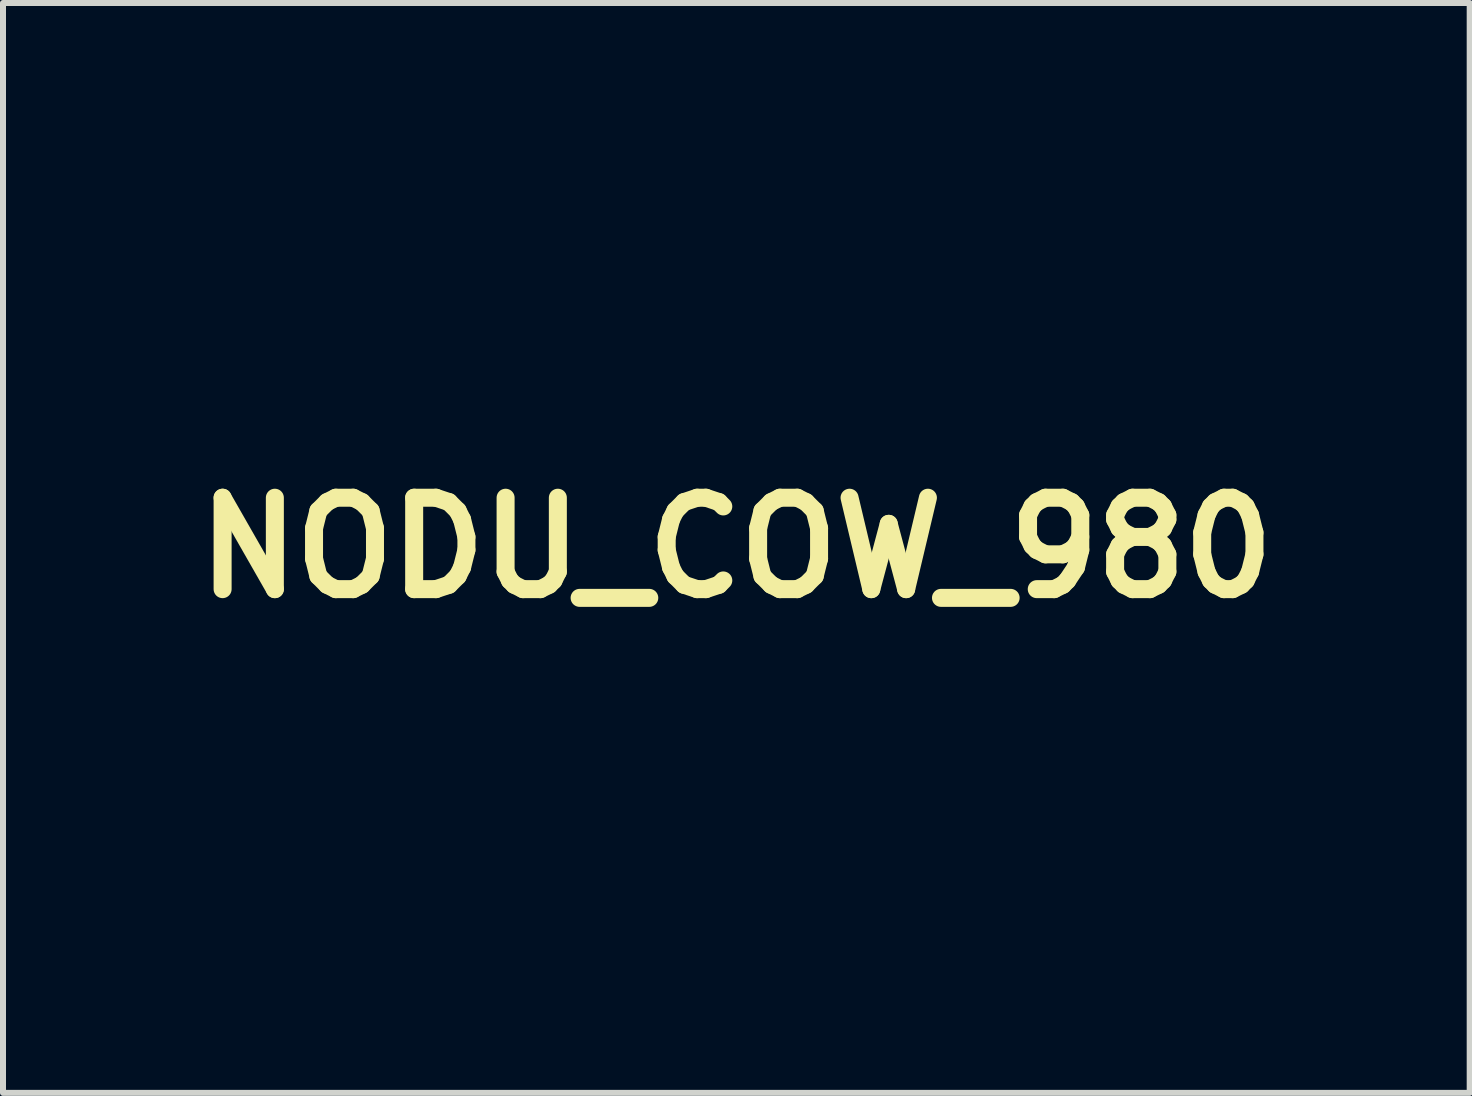
<source format=kicad_pcb>
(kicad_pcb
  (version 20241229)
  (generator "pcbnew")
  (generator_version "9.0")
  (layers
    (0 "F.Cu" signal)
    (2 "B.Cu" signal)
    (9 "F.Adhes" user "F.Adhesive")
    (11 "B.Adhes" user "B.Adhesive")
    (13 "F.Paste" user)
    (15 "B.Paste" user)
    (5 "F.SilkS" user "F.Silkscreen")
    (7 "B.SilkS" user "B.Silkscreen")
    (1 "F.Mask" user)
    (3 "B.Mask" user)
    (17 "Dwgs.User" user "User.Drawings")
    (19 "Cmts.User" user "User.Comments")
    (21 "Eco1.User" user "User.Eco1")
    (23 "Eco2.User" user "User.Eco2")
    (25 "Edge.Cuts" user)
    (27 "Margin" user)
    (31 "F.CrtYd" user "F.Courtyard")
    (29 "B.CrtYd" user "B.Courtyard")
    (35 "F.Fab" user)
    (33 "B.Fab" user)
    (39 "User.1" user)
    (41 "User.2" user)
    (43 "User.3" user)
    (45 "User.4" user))
  (footprint "NODU_COW_980"
    (layer "F.Cu")
    (at 9.224 6.081)
    (property "Reference" "NODU_COW_980" (at 0 0 0) (layer "F.SilkS") (effects (font (size 1.524 1.524) (thickness 0.3))))
    (attr through_hole)
    (fp_poly (pts (xy 0.954 -1.37) (xy 1.029 -1.309) (xy 1.074 -1.219) (xy 1.078 -1.202) (xy 1.071 -1.117) (xy 1.024 -1.039) (xy 0.95 -0.98) (xy 0.861 -0.949) (xy 0.791 -0.952) (xy 0.703 -0.996) (xy 0.645 -1.071) (xy 0.621 -1.162) (xy 0.635 -1.257) (xy 0.686 -1.336) (xy 0.769 -1.388) (xy 0.863 -1.398) (xy 0.954 -1.37)) (stroke (width 0.01) (type solid)) (fill yes) (layer "F.Mask"))
    (fp_poly (pts (xy 1.035 -2.989) (xy 1.118 -2.941) (xy 1.175 -2.862) (xy 1.191 -2.777) (xy 1.169 -2.671) (xy 1.113 -2.593) (xy 1.033 -2.55) (xy 0.94 -2.544) (xy 0.846 -2.58) (xy 0.798 -2.619) (xy 0.748 -2.677) (xy 0.73 -2.729) (xy 0.735 -2.792) (xy 0.773 -2.899) (xy 0.846 -2.967) (xy 0.936 -2.997) (xy 1.035 -2.989)) (stroke (width 0.01) (type solid)) (fill yes) (layer "F.Mask"))
    (fp_poly (pts (xy -2.053 -2.992) (xy -1.972 -2.939) (xy -1.913 -2.874) (xy -1.892 -2.802) (xy -1.892 -2.786) (xy -1.9 -2.69) (xy -1.931 -2.627) (xy -1.991 -2.581) (xy -1.998 -2.578) (xy -2.108 -2.543) (xy -2.207 -2.558) (xy -2.261 -2.591) (xy -2.325 -2.67) (xy -2.348 -2.764) (xy -2.33 -2.857) (xy -2.273 -2.937) (xy -2.227 -2.969) (xy -2.133 -3.002) (xy -2.053 -2.992)) (stroke (width 0.01) (type solid)) (fill yes) (layer "F.Mask"))
    (fp_poly (pts (xy -1.919 -1.39) (xy -1.859 -1.352) (xy -1.83 -1.32) (xy -1.773 -1.222) (xy -1.766 -1.127) (xy -1.805 -1.043) (xy -1.888 -0.978) (xy -1.906 -0.97) (xy -1.965 -0.945) (xy -2.001 -0.938) (xy -2.037 -0.947) (xy -2.091 -0.971) (xy -2.175 -1.03) (xy -2.22 -1.109) (xy -2.229 -1.196) (xy -2.204 -1.28) (xy -2.148 -1.349) (xy -2.064 -1.392) (xy -1.999 -1.4) (xy -1.919 -1.39)) (stroke (width 0.01) (type solid)) (fill yes) (layer "F.Mask"))
    (fp_poly (pts (xy 0.094 -0.666) (xy 0.114 -0.641) (xy 0.128 -0.597) (xy 0.112 -0.55) (xy 0.06 -0.492) (xy -0.031 -0.416) (xy -0.041 -0.408) (xy -0.211 -0.306) (xy -0.395 -0.242) (xy -0.582 -0.217) (xy -0.76 -0.236) (xy -0.779 -0.241) (xy -0.942 -0.305) (xy -1.094 -0.397) (xy -1.214 -0.505) (xy -1.215 -0.506) (xy -1.264 -0.568) (xy -1.28 -0.611) (xy -1.269 -0.649) (xy -1.221 -0.692) (xy -1.15 -0.693) (xy -1.06 -0.653) (xy -1 -0.61) (xy -0.917 -0.549) (xy -0.832 -0.497) (xy -0.796 -0.48) (xy -0.644 -0.444) (xy -0.482 -0.452) (xy -0.32 -0.505) (xy -0.168 -0.597) (xy -0.137 -0.624) (xy -0.05 -0.68) (xy 0.03 -0.694) (xy 0.094 -0.666)) (stroke (width 0.01) (type solid)) (fill yes) (layer "F.Mask"))
    (fp_poly (pts (xy -1.838 -1.771) (xy -1.676 -1.702) (xy -1.549 -1.602) (xy -1.468 -1.512) (xy -1.431 -1.44) (xy -1.435 -1.383) (xy -1.457 -1.353) (xy -1.518 -1.323) (xy -1.587 -1.341) (xy -1.661 -1.406) (xy -1.668 -1.415) (xy -1.778 -1.516) (xy -1.906 -1.569) (xy -2.048 -1.574) (xy -2.198 -1.529) (xy -2.299 -1.457) (xy -2.367 -1.353) (xy -2.401 -1.228) (xy -2.397 -1.092) (xy -2.355 -0.956) (xy -2.333 -0.914) (xy -2.289 -0.817) (xy -2.287 -0.745) (xy -2.312 -0.705) (xy -2.365 -0.676) (xy -2.423 -0.694) (xy -2.475 -0.741) (xy -2.546 -0.85) (xy -2.594 -0.991) (xy -2.615 -1.146) (xy -2.608 -1.3) (xy -2.571 -1.436) (xy -2.569 -1.44) (xy -2.505 -1.54) (xy -2.411 -1.637) (xy -2.304 -1.717) (xy -2.205 -1.762) (xy -2.016 -1.791) (xy -1.838 -1.771)) (stroke (width 0.01) (type solid)) (fill yes) (layer "F.Mask"))
    (fp_poly (pts (xy 1.027 -1.765) (xy 1.186 -1.7) (xy 1.314 -1.597) (xy 1.408 -1.459) (xy 1.462 -1.291) (xy 1.469 -1.247) (xy 1.467 -1.112) (xy 1.438 -0.968) (xy 1.385 -0.836) (xy 1.332 -0.753) (xy 1.269 -0.692) (xy 1.216 -0.677) (xy 1.164 -0.706) (xy 1.155 -0.715) (xy 1.127 -0.747) (xy 1.118 -0.779) (xy 1.132 -0.823) (xy 1.17 -0.895) (xy 1.182 -0.918) (xy 1.221 -0.996) (xy 1.239 -1.067) (xy 1.242 -1.153) (xy 1.239 -1.206) (xy 1.217 -1.342) (xy 1.166 -1.442) (xy 1.079 -1.515) (xy 1.018 -1.545) (xy 0.887 -1.575) (xy 0.75 -1.564) (xy 0.622 -1.514) (xy 0.517 -1.431) (xy 0.495 -1.403) (xy 0.428 -1.338) (xy 0.373 -1.322) (xy 0.313 -1.34) (xy 0.287 -1.387) (xy 0.295 -1.456) (xy 0.335 -1.536) (xy 0.395 -1.609) (xy 0.533 -1.714) (xy 0.692 -1.772) (xy 0.842 -1.787) (xy 1.027 -1.765)) (stroke (width 0.01) (type solid)) (fill yes) (layer "F.Mask"))
    (fp_poly (pts (xy -0.24 -6.065) (xy -0.006 -6.04) (xy 0.13 -6.016) (xy 0.533 -5.911) (xy 0.916 -5.775) (xy 1.085 -5.701) (xy 1.188 -5.655) (xy 1.281 -5.62) (xy 1.347 -5.601) (xy 1.365 -5.598) (xy 1.467 -5.618) (xy 1.592 -5.674) (xy 1.73 -5.763) (xy 1.748 -5.777) (xy 1.888 -5.875) (xy 2.003 -5.935) (xy 2.1 -5.959) (xy 2.188 -5.95) (xy 2.274 -5.908) (xy 2.283 -5.902) (xy 2.368 -5.828) (xy 2.417 -5.738) (xy 2.435 -5.618) (xy 2.436 -5.582) (xy 2.427 -5.46) (xy 2.398 -5.344) (xy 2.343 -5.222) (xy 2.257 -5.082) (xy 2.188 -4.984) (xy 2.168 -4.952) (xy 2.166 -4.921) (xy 2.186 -4.88) (xy 2.231 -4.815) (xy 2.26 -4.777) (xy 2.323 -4.691) (xy 2.38 -4.613) (xy 2.416 -4.559) (xy 2.473 -4.502) (xy 2.56 -4.467) (xy 2.684 -4.452) (xy 2.849 -4.456) (xy 2.901 -4.461) (xy 3.149 -4.467) (xy 3.361 -4.436) (xy 3.537 -4.368) (xy 3.677 -4.264) (xy 3.782 -4.122) (xy 3.81 -4.064) (xy 3.853 -3.901) (xy 3.852 -3.732) (xy 3.811 -3.563) (xy 3.735 -3.403) (xy 3.629 -3.26) (xy 3.499 -3.143) (xy 3.348 -3.058) (xy 3.182 -3.015) (xy 3.168 -3.014) (xy 3.023 -3.015) (xy 2.926 -3.039) (xy 2.833 -3.078) (xy 2.816 -2.789) (xy 2.784 -2.452) (xy 2.73 -2.126) (xy 2.654 -1.82) (xy 2.56 -1.541) (xy 2.449 -1.296) (xy 2.325 -1.094) (xy 2.315 -1.081) (xy 2.277 -1.028) (xy 2.257 -0.985) (xy 2.251 -0.934) (xy 2.256 -0.858) (xy 2.265 -0.788) (xy 2.274 -0.529) (xy 2.234 -0.286) (xy 2.147 -0.062) (xy 2.015 0.14) (xy 1.839 0.316) (xy 1.738 0.391) (xy 1.67 0.44) (xy 1.622 0.479) (xy 1.608 0.497) (xy 1.628 0.525) (xy 1.689 0.581) (xy 1.788 0.66) (xy 1.921 0.763) (xy 2.088 0.885) (xy 2.19 0.959) (xy 2.434 1.138) (xy 2.635 1.295) (xy 2.798 1.431) (xy 2.923 1.551) (xy 3.016 1.656) (xy 3.045 1.696) (xy 3.1 1.781) (xy 3.131 1.847) (xy 3.144 1.918) (xy 3.147 2.016) (xy 3.147 2.017) (xy 3.122 2.208) (xy 3.055 2.387) (xy 2.95 2.547) (xy 2.815 2.68) (xy 2.655 2.778) (xy 2.478 2.836) (xy 2.423 2.844) (xy 2.343 2.849) (xy 2.282 2.842) (xy 2.22 2.818) (xy 2.138 2.77) (xy 2.124 2.761) (xy 2.046 2.715) (xy 1.987 2.684) (xy 1.96 2.673) (xy 1.96 2.673) (xy 1.953 2.702) (xy 1.94 2.77) (xy 1.923 2.867) (xy 1.904 2.983) (xy 1.884 3.106) (xy 1.874 3.176) (xy 1.872 3.209) (xy 1.881 3.243) (xy 1.907 3.283) (xy 1.954 3.338) (xy 2.028 3.414) (xy 2.135 3.517) (xy 2.144 3.526) (xy 2.368 3.725) (xy 2.577 3.879) (xy 2.777 3.99) (xy 2.971 4.06) (xy 3.166 4.092) (xy 3.237 4.094) (xy 3.408 4.084) (xy 3.546 4.046) (xy 3.665 3.978) (xy 3.713 3.939) (xy 3.777 3.876) (xy 3.811 3.821) (xy 3.824 3.751) (xy 3.827 3.723) (xy 3.836 3.655) (xy 3.859 3.578) (xy 3.899 3.486) (xy 3.958 3.371) (xy 4.042 3.227) (xy 4.143 3.06) (xy 4.205 2.953) (xy 4.258 2.849) (xy 4.296 2.765) (xy 4.305 2.736) (xy 4.334 2.64) (xy 4.362 2.584) (xy 4.398 2.559) (xy 4.448 2.553) (xy 4.496 2.56) (xy 4.535 2.59) (xy 4.577 2.652) (xy 4.594 2.683) (xy 4.67 2.85) (xy 4.732 3.042) (xy 4.756 3.143) (xy 4.771 3.192) (xy 4.798 3.199) (xy 4.82 3.189) (xy 4.906 3.16) (xy 4.968 3.175) (xy 5.003 3.232) (xy 5.008 3.327) (xy 5.001 3.373) (xy 4.947 3.58) (xy 4.868 3.768) (xy 4.769 3.931) (xy 4.655 4.064) (xy 4.53 4.161) (xy 4.398 4.215) (xy 4.316 4.225) (xy 4.256 4.244) (xy 4.175 4.302) (xy 4.104 4.368) (xy 3.907 4.528) (xy 3.691 4.642) (xy 3.46 4.71) (xy 3.216 4.732) (xy 2.962 4.709) (xy 2.703 4.643) (xy 2.442 4.532) (xy 2.18 4.377) (xy 1.923 4.18) (xy 1.756 4.025) (xy 1.555 3.826) (xy 1.555 3.925) (xy 1.548 4.015) (xy 1.529 4.143) (xy 1.499 4.297) (xy 1.463 4.466) (xy 1.421 4.638) (xy 1.378 4.8) (xy 1.335 4.942) (xy 1.332 4.95) (xy 1.255 5.159) (xy 1.167 5.366) (xy 1.072 5.559) (xy 0.977 5.724) (xy 0.912 5.82) (xy 0.814 5.924) (xy 0.697 5.999) (xy 0.553 6.047) (xy 0.374 6.072) (xy 0.246 6.076) (xy 0.058 6.071) (xy -0.106 6.053) (xy -0.239 6.025) (xy -0.333 5.988) (xy -0.377 5.95) (xy -0.403 5.888) (xy -0.429 5.786) (xy -0.455 5.653) (xy -0.478 5.502) (xy -0.497 5.341) (xy -0.511 5.183) (xy -0.518 5.038) (xy -0.518 5) (xy -0.519 4.876) (xy -0.522 4.794) (xy -0.529 4.747) (xy -0.541 4.724) (xy -0.561 4.717) (xy -0.57 4.717) (xy -0.596 4.722) (xy -0.612 4.742) (xy -0.619 4.789) (xy -0.622 4.873) (xy -0.622 4.919) (xy -0.626 5.068) (xy -0.639 5.23) (xy -0.657 5.397) (xy -0.68 5.558) (xy -0.707 5.706) (xy -0.735 5.831) (xy -0.763 5.924) (xy -0.791 5.975) (xy -0.795 5.979) (xy -0.861 6.01) (xy -0.966 6.037) (xy -1.097 6.059) (xy -1.242 6.074) (xy -1.387 6.08) (xy -1.52 6.078) (xy -1.628 6.065) (xy -1.63 6.064) (xy -1.778 6.027) (xy -1.888 5.983) (xy -1.973 5.925) (xy -2.047 5.843) (xy -2.078 5.798) (xy -2.161 5.663) (xy -2.251 5.495) (xy -2.341 5.308) (xy -2.422 5.12) (xy -2.488 4.947) (xy -2.5 4.912) (xy -2.538 4.779) (xy -2.581 4.612) (xy -2.623 4.426) (xy -2.661 4.238) (xy -2.678 4.145) (xy -2.462 4.145) (xy -2.454 4.222) (xy -2.431 4.337) (xy -2.396 4.479) (xy -2.352 4.637) (xy -2.303 4.801) (xy -2.252 4.959) (xy -2.201 5.102) (xy -2.17 5.179) (xy -2.134 5.264) (xy -2.1 5.327) (xy -2.06 5.373) (xy -2.005 5.409) (xy -1.928 5.437) (xy -1.819 5.464) (xy -1.67 5.494) (xy -1.62 5.504) (xy -1.562 5.511) (xy -1.47 5.515) (xy -1.358 5.517) (xy -1.237 5.517) (xy -1.12 5.515) (xy -1.019 5.511) (xy -0.945 5.506) (xy -0.913 5.499) (xy -0.896 5.465) (xy -0.88 5.39) (xy -0.865 5.288) (xy -0.852 5.17) (xy -0.843 5.049) (xy -0.84 4.935) (xy -0.843 4.842) (xy -0.845 4.818) (xy -0.86 4.704) (xy -0.298 4.704) (xy -0.295 5.056) (xy -0.291 5.209) (xy -0.284 5.334) (xy -0.273 5.423) (xy -0.262 5.464) (xy -0.245 5.488) (xy -0.221 5.504) (xy -0.18 5.514) (xy -0.111 5.519) (xy -0.005 5.52) (xy 0.075 5.521) (xy 0.212 5.518) (xy 0.346 5.512) (xy 0.459 5.503) (xy 0.521 5.495) (xy 0.662 5.468) (xy 0.761 5.445) (xy 0.826 5.42) (xy 0.866 5.39) (xy 0.89 5.349) (xy 0.905 5.299) (xy 0.929 5.168) (xy 0.926 5.069) (xy 0.893 4.989) (xy 0.868 4.955) (xy 0.826 4.893) (xy 0.804 4.837) (xy 0.803 4.829) (xy 0.827 4.749) (xy 0.891 4.676) (xy 0.983 4.621) (xy 1.091 4.591) (xy 1.138 4.588) (xy 1.177 4.585) (xy 1.205 4.573) (xy 1.226 4.542) (xy 1.244 4.483) (xy 1.265 4.387) (xy 1.28 4.306) (xy 1.298 4.211) (xy 1.302 4.159) (xy 1.285 4.147) (xy 1.24 4.171) (xy 1.162 4.23) (xy 1.142 4.245) (xy 0.95 4.368) (xy 0.718 4.478) (xy 0.46 4.571) (xy 0.188 4.642) (xy -0.087 4.687) (xy -0.194 4.697) (xy -0.298 4.704) (xy -0.86 4.704) (xy -0.861 4.698) (xy -1.059 4.683) (xy -1.352 4.641) (xy -1.646 4.563) (xy -1.927 4.455) (xy -2.181 4.32) (xy -2.303 4.238) (xy -2.378 4.186) (xy -2.434 4.152) (xy -2.461 4.143) (xy -2.462 4.145) (xy -2.678 4.145) (xy -2.693 4.064) (xy -2.711 3.94) (xy -2.73 3.845) (xy -2.76 3.76) (xy -2.778 3.726) (xy -2.851 3.602) (xy -2.921 3.442) (xy -2.985 3.265) (xy -3.037 3.084) (xy -3.072 2.917) (xy -3.084 2.78) (xy -3.088 2.712) (xy -3.096 2.673) (xy -3.1 2.67) (xy -3.129 2.682) (xy -3.189 2.715) (xy -3.266 2.76) (xy -3.397 2.825) (xy -3.52 2.85) (xy -3.651 2.836) (xy -3.742 2.809) (xy -3.856 2.752) (xy -3.977 2.661) (xy -4.091 2.55) (xy -4.184 2.431) (xy -4.217 2.374) (xy -4.269 2.234) (xy -4.296 2.079) (xy -4.296 1.928) (xy -4.276 1.825) (xy -4.232 1.744) (xy -4.166 1.661) (xy -3.884 1.661) (xy -3.837 1.797) (xy -3.737 2.035) (xy -3.613 2.229) (xy -3.469 2.377) (xy -3.415 2.417) (xy -3.333 2.467) (xy -3.272 2.484) (xy -3.216 2.47) (xy -3.162 2.436) (xy -3.123 2.399) (xy -2.874 2.399) (xy -2.87 2.428) (xy -2.848 2.428) (xy -2.835 2.423) (xy -2.781 2.408) (xy -2.699 2.395) (xy -2.657 2.391) (xy -2.548 2.392) (xy -2.479 2.419) (xy -2.439 2.48) (xy -2.421 2.584) (xy -2.42 2.593) (xy -2.402 2.701) (xy -2.368 2.811) (xy -2.35 2.851) (xy -2.266 2.96) (xy -2.136 3.046) (xy -1.962 3.109) (xy -1.814 3.138) (xy -1.687 3.163) (xy -1.598 3.197) (xy -1.536 3.248) (xy -1.488 3.322) (xy -1.488 3.323) (xy -1.451 3.445) (xy -1.466 3.571) (xy -1.531 3.696) (xy -1.542 3.711) (xy -1.597 3.789) (xy -1.664 3.894) (xy -1.73 4.007) (xy -1.747 4.039) (xy -1.862 4.252) (xy -1.769 4.291) (xy -1.595 4.356) (xy -1.42 4.406) (xy -1.235 4.441) (xy -1.029 4.463) (xy -0.793 4.473) (xy -0.517 4.473) (xy -0.492 4.473) (xy -0.295 4.469) (xy -0.14 4.463) (xy -0.017 4.455) (xy 0.085 4.443) (xy 0.176 4.427) (xy 0.256 4.409) (xy 0.539 4.318) (xy 0.801 4.196) (xy 1.035 4.048) (xy 1.231 3.879) (xy 1.314 3.787) (xy 1.422 3.627) (xy 1.703 3.627) (xy 1.724 3.67) (xy 1.772 3.734) (xy 1.784 3.75) (xy 1.933 3.911) (xy 2.116 4.068) (xy 2.32 4.213) (xy 2.532 4.337) (xy 2.74 4.431) (xy 2.858 4.47) (xy 3.025 4.499) (xy 3.212 4.507) (xy 3.396 4.494) (xy 3.545 4.462) (xy 3.689 4.403) (xy 3.83 4.323) (xy 3.945 4.233) (xy 3.976 4.202) (xy 4.009 4.16) (xy 4.006 4.129) (xy 3.979 4.096) (xy 3.947 4.064) (xy 3.92 4.062) (xy 3.879 4.089) (xy 3.855 4.11) (xy 3.684 4.221) (xy 3.486 4.288) (xy 3.267 4.311) (xy 3.11 4.301) (xy 2.895 4.26) (xy 2.693 4.191) (xy 2.495 4.089) (xy 2.294 3.951) (xy 2.082 3.772) (xy 1.991 3.686) (xy 1.766 3.469) (xy 1.726 3.547) (xy 1.705 3.592) (xy 1.703 3.627) (xy 1.422 3.627) (xy 1.463 3.567) (xy 1.583 3.317) (xy 1.67 3.048) (xy 1.72 2.773) (xy 1.73 2.504) (xy 1.718 2.36) (xy 1.698 2.22) (xy 1.628 2.325) (xy 1.526 2.434) (xy 1.39 2.507) (xy 1.229 2.539) (xy 1.188 2.54) (xy 1.055 2.524) (xy 0.96 2.474) (xy 0.898 2.387) (xy 0.885 2.352) (xy 0.874 2.292) (xy 0.862 2.195) (xy 0.852 2.075) (xy 0.845 1.97) (xy 0.834 1.793) (xy 0.818 1.658) (xy 0.795 1.556) (xy 0.763 1.477) (xy 0.722 1.414) (xy 0.691 1.362) (xy 0.688 1.328) (xy 0.69 1.325) (xy 0.721 1.301) (xy 0.781 1.255) (xy 0.857 1.198) (xy 0.862 1.194) (xy 0.951 1.12) (xy 1.035 1.039) (xy 1.088 0.977) (xy 1.139 0.898) (xy 1.181 0.814) (xy 1.208 0.741) (xy 1.213 0.7) (xy 1.491 0.7) (xy 1.496 0.723) (xy 1.514 0.787) (xy 1.545 0.885) (xy 1.585 1.008) (xy 1.622 1.121) (xy 1.705 1.374) (xy 1.771 1.589) (xy 1.823 1.777) (xy 1.864 1.949) (xy 1.897 2.116) (xy 1.907 2.174) (xy 1.924 2.273) (xy 1.938 2.35) (xy 1.948 2.392) (xy 1.95 2.397) (xy 2.04 2.455) (xy 2.105 2.483) (xy 2.161 2.48) (xy 2.223 2.448) (xy 2.272 2.414) (xy 2.424 2.273) (xy 2.556 2.084) (xy 2.617 1.966) (xy 2.674 1.841) (xy 2.705 1.751) (xy 2.712 1.684) (xy 2.693 1.631) (xy 2.649 1.579) (xy 2.601 1.537) (xy 2.539 1.488) (xy 2.445 1.415) (xy 2.327 1.327) (xy 2.196 1.229) (xy 2.073 1.14) (xy 1.941 1.043) (xy 1.818 0.952) (xy 1.712 0.872) (xy 1.632 0.81) (xy 1.587 0.774) (xy 1.533 0.729) (xy 1.497 0.703) (xy 1.491 0.7) (xy 1.213 0.7) (xy 1.214 0.692) (xy 1.21 0.683) (xy 1.171 0.676) (xy 1.119 0.701) (xy 1.069 0.748) (xy 1.05 0.778) (xy 0.962 0.902) (xy 0.835 1.024) (xy 0.68 1.134) (xy 0.509 1.225) (xy 0.335 1.288) (xy 0.281 1.301) (xy 0.195 1.322) (xy 0.152 1.341) (xy 0.143 1.364) (xy 0.145 1.373) (xy 0.196 1.507) (xy 0.223 1.625) (xy 0.232 1.755) (xy 0.232 1.765) (xy 0.228 1.874) (xy 0.207 1.948) (xy 0.159 2.001) (xy 0.076 2.046) (xy 0.01 2.072) (xy -0.067 2.106) (xy -0.109 2.141) (xy -0.13 2.191) (xy -0.135 2.214) (xy -0.179 2.339) (xy -0.256 2.431) (xy -0.347 2.487) (xy -0.492 2.533) (xy -0.637 2.536) (xy -0.772 2.499) (xy -0.888 2.427) (xy -0.976 2.323) (xy -1.025 2.199) (xy -1.025 2.199) (xy -0.803 2.199) (xy -0.784 2.234) (xy -0.737 2.277) (xy -0.683 2.31) (xy -0.674 2.314) (xy -0.563 2.329) (xy -0.449 2.298) (xy -0.442 2.295) (xy -0.386 2.256) (xy -0.354 2.217) (xy -0.353 2.198) (xy -0.375 2.186) (xy -0.429 2.18) (xy -0.522 2.177) (xy -0.571 2.177) (xy -0.674 2.179) (xy -0.753 2.185) (xy -0.798 2.194) (xy -0.803 2.199) (xy -1.025 2.199) (xy -1.044 2.154) (xy -1.088 2.114) (xy -1.167 2.07) (xy -1.204 2.052) (xy -1.291 2.009) (xy -1.342 1.975) (xy -1.369 1.937) (xy -1.383 1.885) (xy -1.386 1.871) (xy -1.39 1.778) (xy -1.386 1.718) (xy -1.166 1.718) (xy -1.163 1.795) (xy -1.147 1.838) (xy -1.112 1.863) (xy -1.095 1.871) (xy -0.88 1.935) (xy -0.644 1.963) (xy -0.405 1.954) (xy -0.324 1.942) (xy -0.22 1.919) (xy -0.12 1.891) (xy -0.073 1.874) (xy -0.008 1.843) (xy 0.02 1.806) (xy 0.026 1.748) (xy 0.005 1.609) (xy -0.054 1.464) (xy -0.139 1.328) (xy -0.244 1.213) (xy -0.358 1.134) (xy -0.377 1.125) (xy -0.525 1.09) (xy -0.677 1.102) (xy -0.824 1.157) (xy -0.953 1.253) (xy -0.982 1.284) (xy -1.091 1.44) (xy -1.153 1.602) (xy -1.166 1.718) (xy -1.386 1.718) (xy -1.381 1.663) (xy -1.361 1.547) (xy -1.334 1.452) (xy -1.323 1.427) (xy -1.301 1.376) (xy -1.309 1.343) (xy -1.353 1.32) (xy -1.437 1.301) (xy -1.61 1.248) (xy -1.786 1.162) (xy -1.949 1.054) (xy -2.087 0.931) (xy -2.178 0.815) (xy -2.229 0.75) (xy -2.289 0.698) (xy -2.345 0.668) (xy -2.386 0.666) (xy -2.397 0.679) (xy -2.526 1.05) (xy -2.637 1.4) (xy -2.73 1.723) (xy -2.804 2.014) (xy -2.855 2.266) (xy -2.865 2.33) (xy -2.874 2.399) (xy -3.123 2.399) (xy -3.114 2.391) (xy -3.087 2.33) (xy -3.072 2.248) (xy -3.041 2.064) (xy -2.99 1.842) (xy -2.921 1.588) (xy -2.837 1.312) (xy -2.775 1.125) (xy -2.623 0.676) (xy -2.77 0.798) (xy -2.843 0.856) (xy -2.947 0.935) (xy -3.07 1.028) (xy -3.203 1.125) (xy -3.277 1.179) (xy -3.407 1.274) (xy -3.532 1.368) (xy -3.642 1.453) (xy -3.727 1.52) (xy -3.76 1.549) (xy -3.884 1.661) (xy -4.166 1.661) (xy -4.15 1.641) (xy -4.035 1.52) (xy -3.892 1.388) (xy -3.727 1.248) (xy -3.546 1.107) (xy -3.434 1.026) (xy -3.267 0.905) (xy -3.115 0.793) (xy -2.982 0.692) (xy -2.875 0.607) (xy -2.798 0.541) (xy -2.755 0.499) (xy -2.749 0.488) (xy -2.769 0.467) (xy -2.8 0.453) (xy -2.851 0.424) (xy -2.926 0.365) (xy -3.012 0.287) (xy -3.101 0.201) (xy -3.18 0.115) (xy -3.239 0.041) (xy -3.24 0.039) (xy -3.289 -0.046) (xy -3.339 -0.153) (xy -3.37 -0.235) (xy -3.396 -0.319) (xy -3.411 -0.397) (xy -3.419 -0.485) (xy -3.419 -0.598) (xy -3.416 -0.696) (xy -3.205 -0.696) (xy -3.2 -0.482) (xy -3.161 -0.286) (xy -3.126 -0.194) (xy -3.02 -0.022) (xy -2.866 0.135) (xy -2.667 0.276) (xy -2.425 0.4) (xy -2.144 0.506) (xy -1.824 0.592) (xy -1.47 0.659) (xy -1.083 0.704) (xy -1.037 0.708) (xy -0.854 0.717) (xy -0.64 0.721) (xy -0.417 0.719) (xy -0.204 0.711) (xy -0.039 0.699) (xy 0.372 0.649) (xy 0.739 0.577) (xy 1.063 0.485) (xy 1.343 0.372) (xy 1.578 0.239) (xy 1.767 0.087) (xy 1.909 -0.084) (xy 2.004 -0.274) (xy 2.044 -0.431) (xy 2.056 -0.599) (xy 2.044 -0.789) (xy 2.011 -0.979) (xy 1.967 -1.129) (xy 1.86 -1.341) (xy 1.707 -1.532) (xy 1.509 -1.698) (xy 1.268 -1.841) (xy 0.984 -1.959) (xy 0.658 -2.051) (xy 0.501 -2.084) (xy 0.2 -2.128) (xy -0.136 -2.155) (xy -0.493 -2.166) (xy -0.858 -2.16) (xy -1.217 -2.138) (xy -1.471 -2.11) (xy -1.817 -2.048) (xy -2.13 -1.96) (xy -2.407 -1.845) (xy -2.646 -1.707) (xy -2.844 -1.546) (xy -2.996 -1.364) (xy -3.026 -1.317) (xy -3.117 -1.126) (xy -3.177 -0.915) (xy -3.205 -0.696) (xy -3.416 -0.696) (xy -3.416 -0.697) (xy -3.405 -0.991) (xy -3.515 -1.159) (xy -3.634 -1.373) (xy -3.74 -1.627) (xy -3.83 -1.908) (xy -3.863 -2.049) (xy -3.657 -2.049) (xy -3.579 -1.816) (xy -3.526 -1.669) (xy -3.469 -1.529) (xy -3.412 -1.406) (xy -3.362 -1.313) (xy -3.337 -1.276) (xy -3.315 -1.27) (xy -3.285 -1.301) (xy -3.241 -1.376) (xy -3.24 -1.378) (xy -3.182 -1.472) (xy -3.108 -1.577) (xy -3.049 -1.648) (xy -2.881 -1.807) (xy -2.671 -1.952) (xy -2.427 -2.079) (xy -2.159 -2.183) (xy -2.005 -2.228) (xy -1.826 -2.272) (xy -1.654 -2.306) (xy -1.48 -2.332) (xy -1.294 -2.35) (xy -1.085 -2.362) (xy -0.844 -2.368) (xy -0.583 -2.37) (xy -0.224 -2.366) (xy 0.091 -2.351) (xy 0.369 -2.325) (xy 0.619 -2.286) (xy 0.847 -2.233) (xy 1.06 -2.165) (xy 1.267 -2.08) (xy 1.361 -2.035) (xy 1.585 -1.91) (xy 1.77 -1.774) (xy 1.925 -1.615) (xy 2.062 -1.424) (xy 2.087 -1.384) (xy 2.176 -1.235) (xy 2.292 -1.48) (xy 2.416 -1.783) (xy 2.507 -2.102) (xy 2.567 -2.445) (xy 2.597 -2.82) (xy 2.602 -3.019) (xy 2.595 -3.308) (xy 2.57 -3.559) (xy 2.524 -3.786) (xy 2.455 -4.001) (xy 2.36 -4.218) (xy 2.36 -4.218) (xy 2.601 -4.218) (xy 2.658 -4.06) (xy 2.704 -3.955) (xy 2.756 -3.897) (xy 2.822 -3.88) (xy 2.914 -3.897) (xy 2.939 -3.905) (xy 3.076 -3.938) (xy 3.193 -3.929) (xy 3.302 -3.876) (xy 3.376 -3.815) (xy 3.432 -3.752) (xy 3.443 -3.702) (xy 3.412 -3.658) (xy 3.407 -3.654) (xy 3.377 -3.639) (xy 3.341 -3.652) (xy 3.286 -3.699) (xy 3.279 -3.706) (xy 3.221 -3.757) (xy 3.174 -3.779) (xy 3.112 -3.779) (xy 3.066 -3.773) (xy 2.969 -3.758) (xy 2.875 -3.745) (xy 2.85 -3.741) (xy 2.758 -3.728) (xy 2.788 -3.547) (xy 2.819 -3.416) (xy 2.862 -3.327) (xy 2.923 -3.271) (xy 2.991 -3.242) (xy 3.094 -3.22) (xy 3.18 -3.226) (xy 3.278 -3.262) (xy 3.28 -3.263) (xy 3.397 -3.339) (xy 3.499 -3.448) (xy 3.58 -3.578) (xy 3.633 -3.715) (xy 3.649 -3.848) (xy 3.644 -3.896) (xy 3.598 -4.012) (xy 3.512 -4.116) (xy 3.397 -4.195) (xy 3.383 -4.202) (xy 3.271 -4.235) (xy 3.117 -4.249) (xy 2.919 -4.245) (xy 2.771 -4.234) (xy 2.601 -4.218) (xy 2.36 -4.218) (xy 2.343 -4.251) (xy 2.299 -4.334) (xy 2.249 -4.42) (xy 2.2 -4.499) (xy 2.156 -4.563) (xy 2.124 -4.606) (xy 2.109 -4.617) (xy 2.111 -4.601) (xy 2.17 -4.377) (xy 2.196 -4.151) (xy 2.192 -3.933) (xy 2.158 -3.732) (xy 2.095 -3.555) (xy 2.004 -3.412) (xy 1.981 -3.385) (xy 1.827 -3.263) (xy 1.647 -3.179) (xy 1.45 -3.133) (xy 1.246 -3.128) (xy 1.045 -3.164) (xy 0.872 -3.235) (xy 0.779 -3.294) (xy 0.705 -3.364) (xy 0.641 -3.456) (xy 0.579 -3.582) (xy 0.544 -3.667) (xy 0.405 -3.953) (xy 0.23 -4.202) (xy 0.018 -4.414) (xy -0.229 -4.588) (xy -0.511 -4.724) (xy -0.61 -4.76) (xy -0.79 -4.837) (xy -0.921 -4.929) (xy -1.002 -5.035) (xy -1.011 -5.055) (xy -1.035 -5.163) (xy -1.035 -5.3) (xy -1.017 -5.426) (xy 1.578 -5.426) (xy 1.716 -5.319) (xy 1.799 -5.252) (xy 1.874 -5.188) (xy 1.917 -5.146) (xy 1.961 -5.104) (xy 1.99 -5.097) (xy 2.025 -5.122) (xy 2.026 -5.123) (xy 2.062 -5.168) (xy 2.109 -5.243) (xy 2.151 -5.321) (xy 2.192 -5.417) (xy 2.22 -5.509) (xy 2.229 -5.568) (xy 2.214 -5.649) (xy 2.177 -5.716) (xy 2.128 -5.752) (xy 2.112 -5.754) (xy 2.078 -5.739) (xy 2.015 -5.7) (xy 1.934 -5.644) (xy 1.902 -5.621) (xy 1.81 -5.556) (xy 1.725 -5.499) (xy 1.662 -5.462) (xy 1.651 -5.457) (xy 1.578 -5.426) (xy -1.017 -5.426) (xy -1.013 -5.45) (xy -0.972 -5.596) (xy -0.937 -5.676) (xy -0.898 -5.758) (xy -0.873 -5.821) (xy -0.867 -5.851) (xy -0.867 -5.852) (xy -0.9 -5.855) (xy -0.972 -5.848) (xy -1.075 -5.831) (xy -1.198 -5.808) (xy -1.329 -5.78) (xy -1.461 -5.75) (xy -1.581 -5.718) (xy -1.65 -5.698) (xy -1.937 -5.594) (xy -2.22 -5.466) (xy -2.486 -5.319) (xy -2.722 -5.162) (xy -2.862 -5.049) (xy -2.964 -4.96) (xy -2.886 -4.819) (xy -2.836 -4.732) (xy -2.77 -4.62) (xy -2.7 -4.503) (xy -2.674 -4.46) (xy -2.601 -4.333) (xy -2.558 -4.235) (xy -2.543 -4.153) (xy -2.552 -4.074) (xy -2.575 -4.01) (xy -2.629 -3.928) (xy -2.725 -3.85) (xy -2.866 -3.772) (xy -3.027 -3.703) (xy -3.199 -3.626) (xy -3.324 -3.545) (xy -3.405 -3.457) (xy -3.447 -3.358) (xy -3.448 -3.356) (xy -3.456 -3.294) (xy -3.463 -3.191) (xy -3.467 -3.062) (xy -3.469 -2.918) (xy -3.469 -2.862) (xy -3.472 -2.641) (xy -3.485 -2.465) (xy -3.509 -2.326) (xy -3.545 -2.216) (xy -3.594 -2.13) (xy -3.603 -2.117) (xy -3.657 -2.049) (xy -3.863 -2.049) (xy -3.899 -2.204) (xy -3.945 -2.504) (xy -3.965 -2.795) (xy -3.965 -2.848) (xy -3.966 -2.953) (xy -3.97 -3.016) (xy -3.979 -3.046) (xy -3.997 -3.053) (xy -4.024 -3.047) (xy -4.207 -3.014) (xy -4.38 -3.022) (xy -4.503 -3.058) (xy -4.652 -3.145) (xy -4.78 -3.265) (xy -4.884 -3.409) (xy -4.959 -3.568) (xy -4.993 -3.698) (xy -4.632 -3.698) (xy -4.6 -3.664) (xy -4.547 -3.67) (xy -4.479 -3.716) (xy -4.463 -3.731) (xy -4.384 -3.791) (xy -4.306 -3.806) (xy -4.216 -3.775) (xy -4.181 -3.755) (xy -4.096 -3.718) (xy -4.028 -3.713) (xy -3.991 -3.718) (xy -3.973 -3.707) (xy -3.971 -3.667) (xy -3.98 -3.589) (xy -3.98 -3.583) (xy -3.988 -3.493) (xy -3.981 -3.441) (xy -3.962 -3.419) (xy -3.924 -3.403) (xy -3.896 -3.417) (xy -3.874 -3.468) (xy -3.854 -3.561) (xy -3.846 -3.609) (xy -3.827 -3.719) (xy -3.805 -3.823) (xy -3.785 -3.897) (xy -3.785 -3.899) (xy -3.768 -3.984) (xy -3.777 -4.043) (xy -3.804 -4.072) (xy -3.84 -4.062) (xy -3.878 -4.01) (xy -3.891 -3.98) (xy -3.942 -3.893) (xy -4.012 -3.854) (xy -4.101 -3.863) (xy -4.157 -3.89) (xy -4.277 -3.934) (xy -4.394 -3.928) (xy -4.505 -3.871) (xy -4.557 -3.823) (xy -4.605 -3.763) (xy -4.631 -3.714) (xy -4.632 -3.698) (xy -4.993 -3.698) (xy -5.002 -3.733) (xy -5.009 -3.893) (xy -4.975 -4.042) (xy -4.957 -4.082) (xy -4.856 -4.231) (xy -4.727 -4.343) (xy -4.568 -4.419) (xy -4.374 -4.459) (xy -4.143 -4.466) (xy -4.056 -4.46) (xy -3.896 -4.452) (xy -3.777 -4.456) (xy -3.689 -4.477) (xy -3.623 -4.515) (xy -3.577 -4.563) (xy -3.526 -4.628) (xy -3.458 -4.713) (xy -3.401 -4.787) (xy -3.289 -4.927) (xy -3.359 -5.01) (xy -3.43 -5.112) (xy -3.498 -5.241) (xy -3.554 -5.376) (xy -3.589 -5.496) (xy -3.592 -5.513) (xy -3.592 -5.572) (xy -3.377 -5.572) (xy -3.359 -5.463) (xy -3.316 -5.346) (xy -3.251 -5.229) (xy -3.225 -5.192) (xy -3.181 -5.138) (xy -3.15 -5.108) (xy -3.145 -5.106) (xy -3.12 -5.121) (xy -3.064 -5.161) (xy -2.987 -5.219) (xy -2.941 -5.255) (xy -2.858 -5.321) (xy -2.793 -5.375) (xy -2.755 -5.409) (xy -2.749 -5.417) (xy -2.769 -5.436) (xy -2.821 -5.472) (xy -2.871 -5.502) (xy -2.966 -5.562) (xy -3.071 -5.631) (xy -3.12 -5.664) (xy -3.197 -5.718) (xy -3.245 -5.745) (xy -3.279 -5.748) (xy -3.311 -5.732) (xy -3.331 -5.718) (xy -3.369 -5.66) (xy -3.377 -5.572) (xy -3.592 -5.572) (xy -3.591 -5.645) (xy -3.554 -5.769) (xy -3.486 -5.868) (xy -3.436 -5.908) (xy -3.337 -5.953) (xy -3.24 -5.959) (xy -3.134 -5.925) (xy -3.009 -5.85) (xy -3.002 -5.844) (xy -2.851 -5.744) (xy -2.713 -5.667) (xy -2.596 -5.617) (xy -2.509 -5.599) (xy -2.507 -5.599) (xy -2.45 -5.61) (xy -2.364 -5.64) (xy -2.267 -5.683) (xy -2.251 -5.691) (xy -2.086 -5.765) (xy -1.888 -5.841) (xy -1.672 -5.913) (xy -1.458 -5.975) (xy -1.262 -6.022) (xy -1.218 -6.03) (xy -1.002 -6.059) (xy -0.755 -6.075) (xy -0.496 -6.076) (xy -0.24 -6.065)) (stroke (width 0.01) (type solid)) (fill yes) (layer "F.Mask")))
  (gr_rect
    (start -3 -3)
    (end 21.448 15.167)
    (stroke (width 0.1) (type default))
    (fill no)
    (layer "Edge.Cuts")))
</source>
